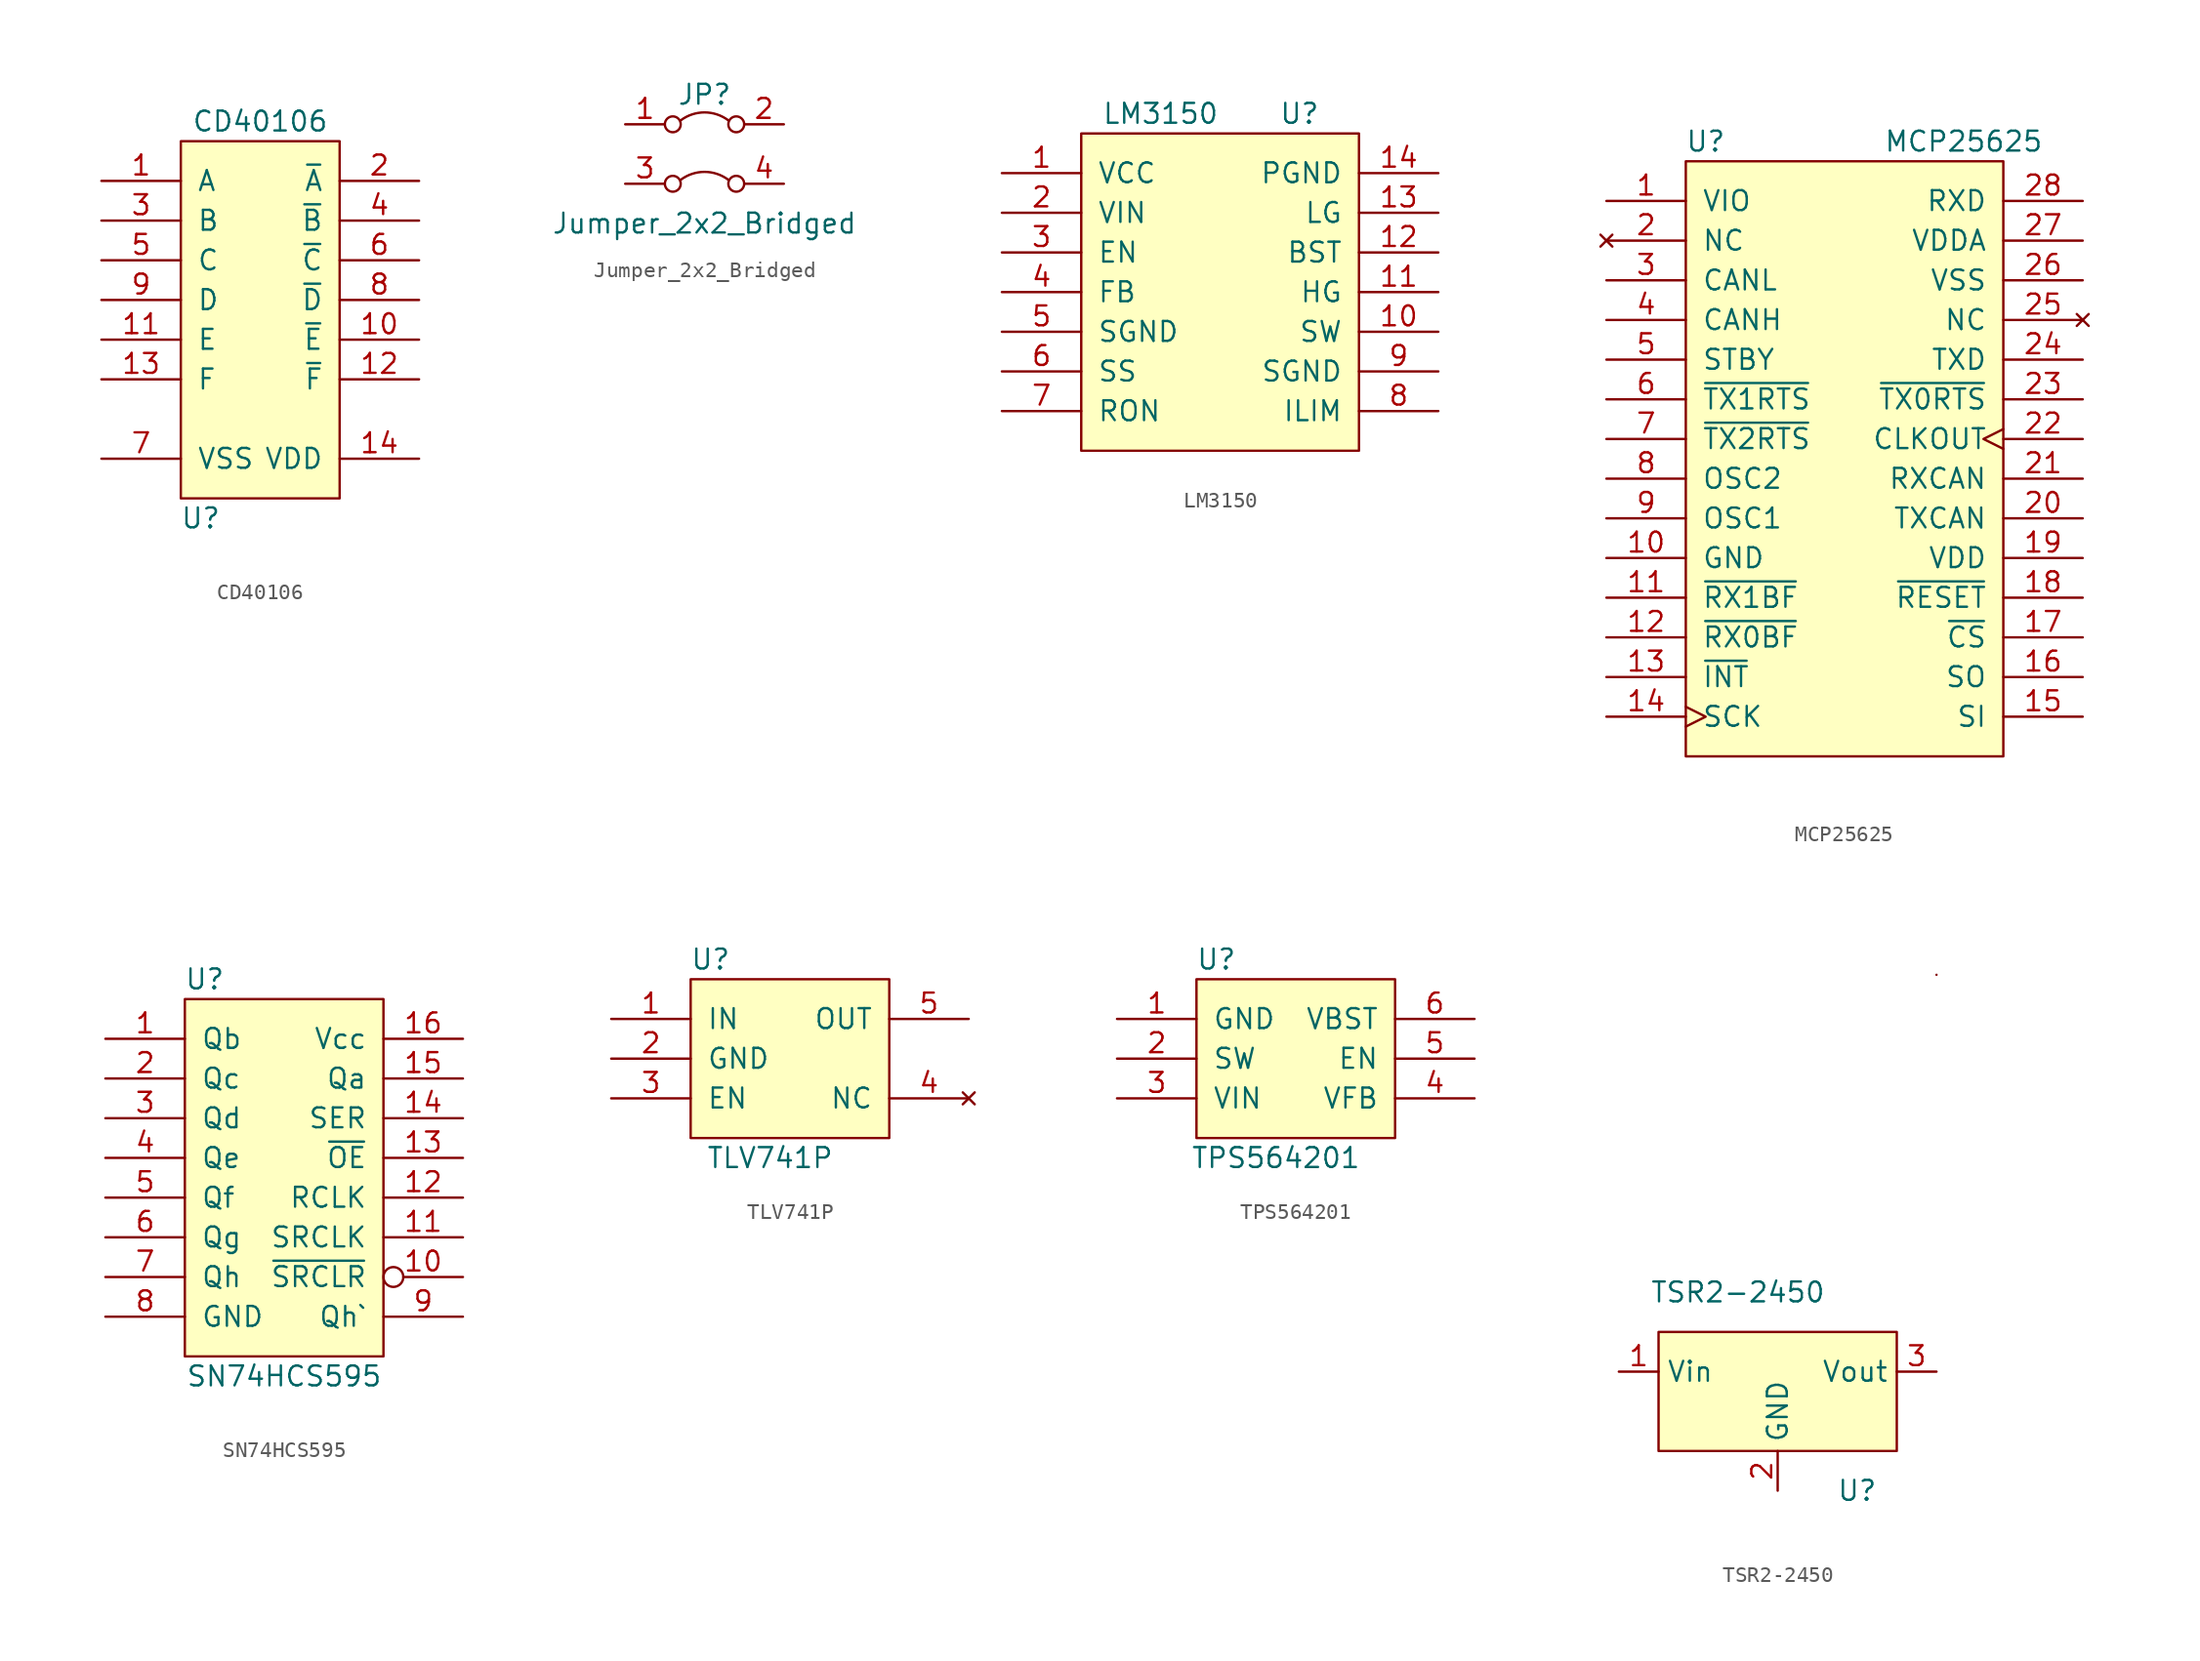
<source format=kicad_sym>
(kicad_symbol_lib
  (version 20211014)
  (generator kicad_symbol_editor)
  (symbol "CD40106"
    (pin_names
      (offset 1.016))
    (property "Reference" "U"
      (at -3.81 -13.97 0)
      (effects (font (size 1.27 1.27))))
    (property "Value" "CD40106"
      (at 0 11.43 0)
      (effects (font (size 1.27 1.27))))
    (symbol "CD40106_0_1"
      (rectangle (start -5.08 10.16) (end 5.08 -12.7) (stroke (width 0) (type default) (color 0 0 0 0)) (fill (type background))))
    (symbol "CD40106_1_1"
      (pin input line (at -10.16 7.62 0) (length 5.08) (name "A" (effects (font (size 1.27 1.27)))) (number "1" (effects (font (size 1.27 1.27)))))
      (pin output line (at 10.16 -2.54 180) (length 5.08) (name "~{E}" (effects (font (size 1.27 1.27)))) (number "10" (effects (font (size 1.27 1.27)))))
      (pin input line (at -10.16 -2.54 0) (length 5.08) (name "E" (effects (font (size 1.27 1.27)))) (number "11" (effects (font (size 1.27 1.27)))))
      (pin output line (at 10.16 -5.08 180) (length 5.08) (name "~{F}" (effects (font (size 1.27 1.27)))) (number "12" (effects (font (size 1.27 1.27)))))
      (pin input line (at -10.16 -5.08 0) (length 5.08) (name "F" (effects (font (size 1.27 1.27)))) (number "13" (effects (font (size 1.27 1.27)))))
      (pin power_in line (at 10.16 -10.16 180) (length 5.08) (name "VDD" (effects (font (size 1.27 1.27)))) (number "14" (effects (font (size 1.27 1.27)))))
      (pin output line (at 10.16 7.62 180) (length 5.08) (name "~{A}" (effects (font (size 1.27 1.27)))) (number "2" (effects (font (size 1.27 1.27)))))
      (pin input line (at -10.16 5.08 0) (length 5.08) (name "B" (effects (font (size 1.27 1.27)))) (number "3" (effects (font (size 1.27 1.27)))))
      (pin output line (at 10.16 5.08 180) (length 5.08) (name "~{B}" (effects (font (size 1.27 1.27)))) (number "4" (effects (font (size 1.27 1.27)))))
      (pin input line (at -10.16 2.54 0) (length 5.08) (name "C" (effects (font (size 1.27 1.27)))) (number "5" (effects (font (size 1.27 1.27)))))
      (pin output line (at 10.16 2.54 180) (length 5.08) (name "~{C}" (effects (font (size 1.27 1.27)))) (number "6" (effects (font (size 1.27 1.27)))))
      (pin power_in line (at -10.16 -10.16 0) (length 5.08) (name "VSS" (effects (font (size 1.27 1.27)))) (number "7" (effects (font (size 1.27 1.27)))))
      (pin output line (at 10.16 0 180) (length 5.08) (name "~{D}" (effects (font (size 1.27 1.27)))) (number "8" (effects (font (size 1.27 1.27)))))
      (pin input line (at -10.16 0 0) (length 5.08) (name "D" (effects (font (size 1.27 1.27)))) (number "9" (effects (font (size 1.27 1.27)))))))
  (symbol "Jumper_2x2_Bridged"
    (pin_names
      (offset 0) hide)
    (property "Reference" "JP"
      (at 0 1.905 0)
      (effects (font (size 1.27 1.27))))
    (property "Value" "Jumper_2x2_Bridged"
      (at 0 -6.35 0)
      (effects (font (size 1.27 1.27))))
    (symbol "Jumper_2x2_Bridged_0_0"
      (circle (center -2.032 -3.81) (radius 0.508) (stroke (width 0) (type default) (color 0 0 0 0)) (fill (type none)))
      (circle (center -2.032 0) (radius 0.508) (stroke (width 0) (type default) (color 0 0 0 0)) (fill (type none)))
      (circle (center 2.032 -3.81) (radius 0.508) (stroke (width 0) (type default) (color 0 0 0 0)) (fill (type none)))
      (circle (center 2.032 0) (radius 0.508) (stroke (width 0) (type default) (color 0 0 0 0)) (fill (type none))))
    (symbol "Jumper_2x2_Bridged_0_1"
      (arc (start 1.524 -3.556) (mid 0 -3.048) (end -1.524 -3.556) (stroke (width 0) (type default) (color 0 0 0 0)) (fill (type none)))
      (arc (start 1.524 0.254) (mid 0 0.762) (end -1.524 0.254) (stroke (width 0) (type default) (color 0 0 0 0)) (fill (type none))))
    (symbol "Jumper_2x2_Bridged_1_1"
      (pin passive line (at -5.08 0 0) (length 2.54) (name "A" (effects (font (size 1.27 1.27)))) (number "1" (effects (font (size 1.27 1.27)))))
      (pin passive line (at 5.08 0 180) (length 2.54) (name "B" (effects (font (size 1.27 1.27)))) (number "2" (effects (font (size 1.27 1.27)))))
      (pin passive line (at -5.08 -3.81 0) (length 2.54) (name "A" (effects (font (size 1.27 1.27)))) (number "3" (effects (font (size 1.27 1.27)))))
      (pin passive line (at 5.08 -3.81 180) (length 2.54) (name "B" (effects (font (size 1.27 1.27)))) (number "4" (effects (font (size 1.27 1.27)))))))
  (symbol "LM3150"
    (pin_names
      (offset 1.016))
    (property "Reference" "U"
      (at 5.08 11.43 0)
      (effects (font (size 1.27 1.27))))
    (property "Value" "LM3150"
      (at -3.81 11.43 0)
      (effects (font (size 1.27 1.27))))
    (symbol "LM3150_0_1"
      (rectangle (start -8.89 10.16) (end 8.89 -10.16) (stroke (width 0) (type default) (color 0 0 0 0)) (fill (type background))))
    (symbol "LM3150_1_1"
      (pin input line (at -13.97 7.62 0) (length 5.08) (name "VCC" (effects (font (size 1.27 1.27)))) (number "1" (effects (font (size 1.27 1.27)))))
      (pin input line (at 13.97 -2.54 180) (length 5.08) (name "SW" (effects (font (size 1.27 1.27)))) (number "10" (effects (font (size 1.27 1.27)))))
      (pin input line (at 13.97 0 180) (length 5.08) (name "HG" (effects (font (size 1.27 1.27)))) (number "11" (effects (font (size 1.27 1.27)))))
      (pin input line (at 13.97 2.54 180) (length 5.08) (name "BST" (effects (font (size 1.27 1.27)))) (number "12" (effects (font (size 1.27 1.27)))))
      (pin input line (at 13.97 5.08 180) (length 5.08) (name "LG" (effects (font (size 1.27 1.27)))) (number "13" (effects (font (size 1.27 1.27)))))
      (pin input line (at 13.97 7.62 180) (length 5.08) (name "PGND" (effects (font (size 1.27 1.27)))) (number "14" (effects (font (size 1.27 1.27)))))
      (pin input line (at -13.97 5.08 0) (length 5.08) (name "VIN" (effects (font (size 1.27 1.27)))) (number "2" (effects (font (size 1.27 1.27)))))
      (pin input line (at -13.97 2.54 0) (length 5.08) (name "EN" (effects (font (size 1.27 1.27)))) (number "3" (effects (font (size 1.27 1.27)))))
      (pin input line (at -13.97 0 0) (length 5.08) (name "FB" (effects (font (size 1.27 1.27)))) (number "4" (effects (font (size 1.27 1.27)))))
      (pin input line (at -13.97 -2.54 0) (length 5.08) (name "SGND" (effects (font (size 1.27 1.27)))) (number "5" (effects (font (size 1.27 1.27)))))
      (pin input line (at -13.97 -5.08 0) (length 5.08) (name "SS" (effects (font (size 1.27 1.27)))) (number "6" (effects (font (size 1.27 1.27)))))
      (pin input line (at -13.97 -7.62 0) (length 5.08) (name "RON" (effects (font (size 1.27 1.27)))) (number "7" (effects (font (size 1.27 1.27)))))
      (pin input line (at 13.97 -7.62 180) (length 5.08) (name "ILIM" (effects (font (size 1.27 1.27)))) (number "8" (effects (font (size 1.27 1.27)))))
      (pin input line (at 13.97 -5.08 180) (length 5.08) (name "SGND" (effects (font (size 1.27 1.27)))) (number "9" (effects (font (size 1.27 1.27)))))))
  (symbol "MCP25625"
    (pin_names
      (offset 1.016))
    (property "Reference" "U"
      (at -8.89 20.32 0)
      (effects (font (size 1.27 1.27))))
    (property "Value" "MCP25625"
      (at 7.62 20.32 0)
      (effects (font (size 1.27 1.27))))
    (symbol "MCP25625_0_1"
      (rectangle (start 10.16 19.05) (end -10.16 -19.05) (stroke (width 0) (type default) (color 0 0 0 0)) (fill (type background))))
    (symbol "MCP25625_1_1"
      (pin power_in line (at -15.24 16.51 0) (length 5.08) (name "VIO" (effects (font (size 1.27 1.27)))) (number "1" (effects (font (size 1.27 1.27)))))
      (pin power_in line (at -15.24 -6.35 0) (length 5.08) (name "GND" (effects (font (size 1.27 1.27)))) (number "10" (effects (font (size 1.27 1.27)))))
      (pin input line (at -15.24 -8.89 0) (length 5.08) (name "~{RX1BF}" (effects (font (size 1.27 1.27)))) (number "11" (effects (font (size 1.27 1.27)))))
      (pin input line (at -15.24 -11.43 0) (length 5.08) (name "~{RX0BF}" (effects (font (size 1.27 1.27)))) (number "12" (effects (font (size 1.27 1.27)))))
      (pin input line (at -15.24 -13.97 0) (length 5.08) (name "~{INT}" (effects (font (size 1.27 1.27)))) (number "13" (effects (font (size 1.27 1.27)))))
      (pin input clock (at -15.24 -16.51 0) (length 5.08) (name "SCK" (effects (font (size 1.27 1.27)))) (number "14" (effects (font (size 1.27 1.27)))))
      (pin input line (at 15.24 -16.51 180) (length 5.08) (name "SI" (effects (font (size 1.27 1.27)))) (number "15" (effects (font (size 1.27 1.27)))))
      (pin input line (at 15.24 -13.97 180) (length 5.08) (name "SO" (effects (font (size 1.27 1.27)))) (number "16" (effects (font (size 1.27 1.27)))))
      (pin input line (at 15.24 -11.43 180) (length 5.08) (name "~{CS}" (effects (font (size 1.27 1.27)))) (number "17" (effects (font (size 1.27 1.27)))))
      (pin input line (at 15.24 -8.89 180) (length 5.08) (name "~{RESET}" (effects (font (size 1.27 1.27)))) (number "18" (effects (font (size 1.27 1.27)))))
      (pin power_in line (at 15.24 -6.35 180) (length 5.08) (name "VDD" (effects (font (size 1.27 1.27)))) (number "19" (effects (font (size 1.27 1.27)))))
      (pin no_connect line (at -15.24 13.97 0) (length 5.08) (name "NC" (effects (font (size 1.27 1.27)))) (number "2" (effects (font (size 1.27 1.27)))))
      (pin input line (at 15.24 -3.81 180) (length 5.08) (name "TXCAN" (effects (font (size 1.27 1.27)))) (number "20" (effects (font (size 1.27 1.27)))))
      (pin input line (at 15.24 -1.27 180) (length 5.08) (name "RXCAN" (effects (font (size 1.27 1.27)))) (number "21" (effects (font (size 1.27 1.27)))))
      (pin input clock (at 15.24 1.27 180) (length 5.08) (name "CLKOUT" (effects (font (size 1.27 1.27)))) (number "22" (effects (font (size 1.27 1.27)))))
      (pin input line (at 15.24 3.81 180) (length 5.08) (name "~{TX0RTS}" (effects (font (size 1.27 1.27)))) (number "23" (effects (font (size 1.27 1.27)))))
      (pin input line (at 15.24 6.35 180) (length 5.08) (name "TXD" (effects (font (size 1.27 1.27)))) (number "24" (effects (font (size 1.27 1.27)))))
      (pin no_connect line (at 15.24 8.89 180) (length 5.08) (name "NC" (effects (font (size 1.27 1.27)))) (number "25" (effects (font (size 1.27 1.27)))))
      (pin power_in line (at 15.24 11.43 180) (length 5.08) (name "VSS" (effects (font (size 1.27 1.27)))) (number "26" (effects (font (size 1.27 1.27)))))
      (pin power_in line (at 15.24 13.97 180) (length 5.08) (name "VDDA" (effects (font (size 1.27 1.27)))) (number "27" (effects (font (size 1.27 1.27)))))
      (pin input line (at 15.24 16.51 180) (length 5.08) (name "RXD" (effects (font (size 1.27 1.27)))) (number "28" (effects (font (size 1.27 1.27)))))
      (pin input line (at -15.24 11.43 0) (length 5.08) (name "CANL" (effects (font (size 1.27 1.27)))) (number "3" (effects (font (size 1.27 1.27)))))
      (pin input line (at -15.24 8.89 0) (length 5.08) (name "CANH" (effects (font (size 1.27 1.27)))) (number "4" (effects (font (size 1.27 1.27)))))
      (pin input line (at -15.24 6.35 0) (length 5.08) (name "STBY" (effects (font (size 1.27 1.27)))) (number "5" (effects (font (size 1.27 1.27)))))
      (pin input line (at -15.24 3.81 0) (length 5.08) (name "~{TX1RTS}" (effects (font (size 1.27 1.27)))) (number "6" (effects (font (size 1.27 1.27)))))
      (pin input line (at -15.24 1.27 0) (length 5.08) (name "~{TX2RTS}" (effects (font (size 1.27 1.27)))) (number "7" (effects (font (size 1.27 1.27)))))
      (pin input line (at -15.24 -1.27 0) (length 5.08) (name "OSC2" (effects (font (size 1.27 1.27)))) (number "8" (effects (font (size 1.27 1.27)))))
      (pin input line (at -15.24 -3.81 0) (length 5.08) (name "OSC1" (effects (font (size 1.27 1.27)))) (number "9" (effects (font (size 1.27 1.27)))))))
  (symbol "SN74HCS595"
    (pin_names
      (offset 1.016))
    (property "Reference" "U"
      (at -5.08 12.7 0)
      (effects (font (size 1.27 1.27))))
    (property "Value" "SN74HCS595"
      (at 0 -12.7 0)
      (effects (font (size 1.27 1.27))))
    (symbol "SN74HCS595_0_1"
      (rectangle (start -6.35 11.43) (end 6.35 -11.43) (stroke (width 0) (type default) (color 0 0 0 0)) (fill (type background))))
    (symbol "SN74HCS595_1_1"
      (pin input line (at -11.43 8.89 0) (length 5.08) (name "Qb" (effects (font (size 1.27 1.27)))) (number "1" (effects (font (size 1.27 1.27)))))
      (pin input inverted (at 11.43 -6.35 180) (length 5.08) (name "~{SRCLR}" (effects (font (size 1.27 1.27)))) (number "10" (effects (font (size 1.27 1.27)))))
      (pin input line (at 11.43 -3.81 180) (length 5.08) (name "SRCLK" (effects (font (size 1.27 1.27)))) (number "11" (effects (font (size 1.27 1.27)))))
      (pin input line (at 11.43 -1.27 180) (length 5.08) (name "RCLK" (effects (font (size 1.27 1.27)))) (number "12" (effects (font (size 1.27 1.27)))))
      (pin input line (at 11.43 1.27 180) (length 5.08) (name "~{OE}" (effects (font (size 1.27 1.27)))) (number "13" (effects (font (size 1.27 1.27)))))
      (pin input line (at 11.43 3.81 180) (length 5.08) (name "SER" (effects (font (size 1.27 1.27)))) (number "14" (effects (font (size 1.27 1.27)))))
      (pin input line (at 11.43 6.35 180) (length 5.08) (name "Qa" (effects (font (size 1.27 1.27)))) (number "15" (effects (font (size 1.27 1.27)))))
      (pin input line (at 11.43 8.89 180) (length 5.08) (name "Vcc" (effects (font (size 1.27 1.27)))) (number "16" (effects (font (size 1.27 1.27)))))
      (pin input line (at -11.43 6.35 0) (length 5.08) (name "Qc" (effects (font (size 1.27 1.27)))) (number "2" (effects (font (size 1.27 1.27)))))
      (pin input line (at -11.43 3.81 0) (length 5.08) (name "Qd" (effects (font (size 1.27 1.27)))) (number "3" (effects (font (size 1.27 1.27)))))
      (pin input line (at -11.43 1.27 0) (length 5.08) (name "Qe" (effects (font (size 1.27 1.27)))) (number "4" (effects (font (size 1.27 1.27)))))
      (pin input line (at -11.43 -1.27 0) (length 5.08) (name "Qf" (effects (font (size 1.27 1.27)))) (number "5" (effects (font (size 1.27 1.27)))))
      (pin input line (at -11.43 -3.81 0) (length 5.08) (name "Qg" (effects (font (size 1.27 1.27)))) (number "6" (effects (font (size 1.27 1.27)))))
      (pin input line (at -11.43 -6.35 0) (length 5.08) (name "Qh" (effects (font (size 1.27 1.27)))) (number "7" (effects (font (size 1.27 1.27)))))
      (pin input line (at -11.43 -8.89 0) (length 5.08) (name "GND" (effects (font (size 1.27 1.27)))) (number "8" (effects (font (size 1.27 1.27)))))
      (pin output line (at 11.43 -8.89 180) (length 5.08) (name "Qh`" (effects (font (size 1.27 1.27)))) (number "9" (effects (font (size 1.27 1.27)))))))
  (symbol "TLV741P"
    (pin_names
      (offset 1.016))
    (property "Reference" "U"
      (at -5.08 6.35 0)
      (effects (font (size 1.27 1.27))))
    (property "Value" "TLV741P"
      (at -1.27 -6.35 0)
      (effects (font (size 1.27 1.27))))
    (symbol "TLV741P_0_1"
      (rectangle (start -6.35 5.08) (end 6.35 -5.08) (stroke (width 0) (type default) (color 0 0 0 0)) (fill (type background))))
    (symbol "TLV741P_1_1"
      (pin power_in line (at -11.43 2.54 0) (length 5.08) (name "IN" (effects (font (size 1.27 1.27)))) (number "1" (effects (font (size 1.27 1.27)))))
      (pin power_in line (at -11.43 0 0) (length 5.08) (name "GND" (effects (font (size 1.27 1.27)))) (number "2" (effects (font (size 1.27 1.27)))))
      (pin input line (at -11.43 -2.54 0) (length 5.08) (name "EN" (effects (font (size 1.27 1.27)))) (number "3" (effects (font (size 1.27 1.27)))))
      (pin no_connect line (at 11.43 -2.54 180) (length 5.08) (name "NC" (effects (font (size 1.27 1.27)))) (number "4" (effects (font (size 1.27 1.27)))))
      (pin power_out line (at 11.43 2.54 180) (length 5.08) (name "OUT" (effects (font (size 1.27 1.27)))) (number "5" (effects (font (size 1.27 1.27)))))))
  (symbol "TPS564201"
    (pin_names
      (offset 1.016))
    (property "Reference" "U"
      (at 1.27 3.81 0)
      (effects (font (size 1.27 1.27))))
    (property "Value" "TPS564201"
      (at 5.08 -8.89 0)
      (effects (font (size 1.27 1.27))))
    (symbol "TPS564201_0_1"
      (rectangle (start 0 2.54) (end 12.7 -7.62) (stroke (width 0) (type default) (color 0 0 0 0)) (fill (type background))))
    (symbol "TPS564201_1_1"
      (pin input line (at -5.08 0 0) (length 5.08) (name "GND" (effects (font (size 1.27 1.27)))) (number "1" (effects (font (size 1.27 1.27)))))
      (pin input line (at -5.08 -2.54 0) (length 5.08) (name "SW" (effects (font (size 1.27 1.27)))) (number "2" (effects (font (size 1.27 1.27)))))
      (pin input line (at -5.08 -5.08 0) (length 5.08) (name "VIN" (effects (font (size 1.27 1.27)))) (number "3" (effects (font (size 1.27 1.27)))))
      (pin input line (at 17.78 -5.08 180) (length 5.08) (name "VFB" (effects (font (size 1.27 1.27)))) (number "4" (effects (font (size 1.27 1.27)))))
      (pin input line (at 17.78 -2.54 180) (length 5.08) (name "EN" (effects (font (size 1.27 1.27)))) (number "5" (effects (font (size 1.27 1.27)))))
      (pin input line (at 17.78 0 180) (length 5.08) (name "VBST" (effects (font (size 1.27 1.27)))) (number "6" (effects (font (size 1.27 1.27)))))))
  (symbol "TSR2-2450"
    (property "Reference" "U"
      (at 5.08 -7.62 0)
      (effects (font (size 1.27 1.27))))
    (property "Value" "TSR2-2450"
      (at -2.54 5.08 0)
      (effects (font (size 1.27 1.27))))
    (symbol "TSR2-2450_0_1"
      (rectangle (start -7.62 2.54) (end 7.62 -5.08) (stroke (width 0.152) (type default) (color 0 0 0 0)) (fill (type background)))
      (rectangle (start 10.16 25.4) (end 10.16 25.4) (stroke (width 0.152) (type default) (color 0 0 0 0)) (fill (type none))))
    (symbol "TSR2-2450_1_1"
      (pin power_in line (at -10.16 0 0) (length 2.54) (name "Vin" (effects (font (size 1.27 1.27)))) (number "1" (effects (font (size 1.27 1.27)))))
      (pin power_in line (at 0 -7.62 90) (length 2.54) (name "GND" (effects (font (size 1.27 1.27)))) (number "2" (effects (font (size 1.27 1.27)))))
      (pin power_out line (at 10.16 0 180) (length 2.54) (name "Vout" (effects (font (size 1.27 1.27)))) (number "3" (effects (font (size 1.27 1.27))))))))
</source>
